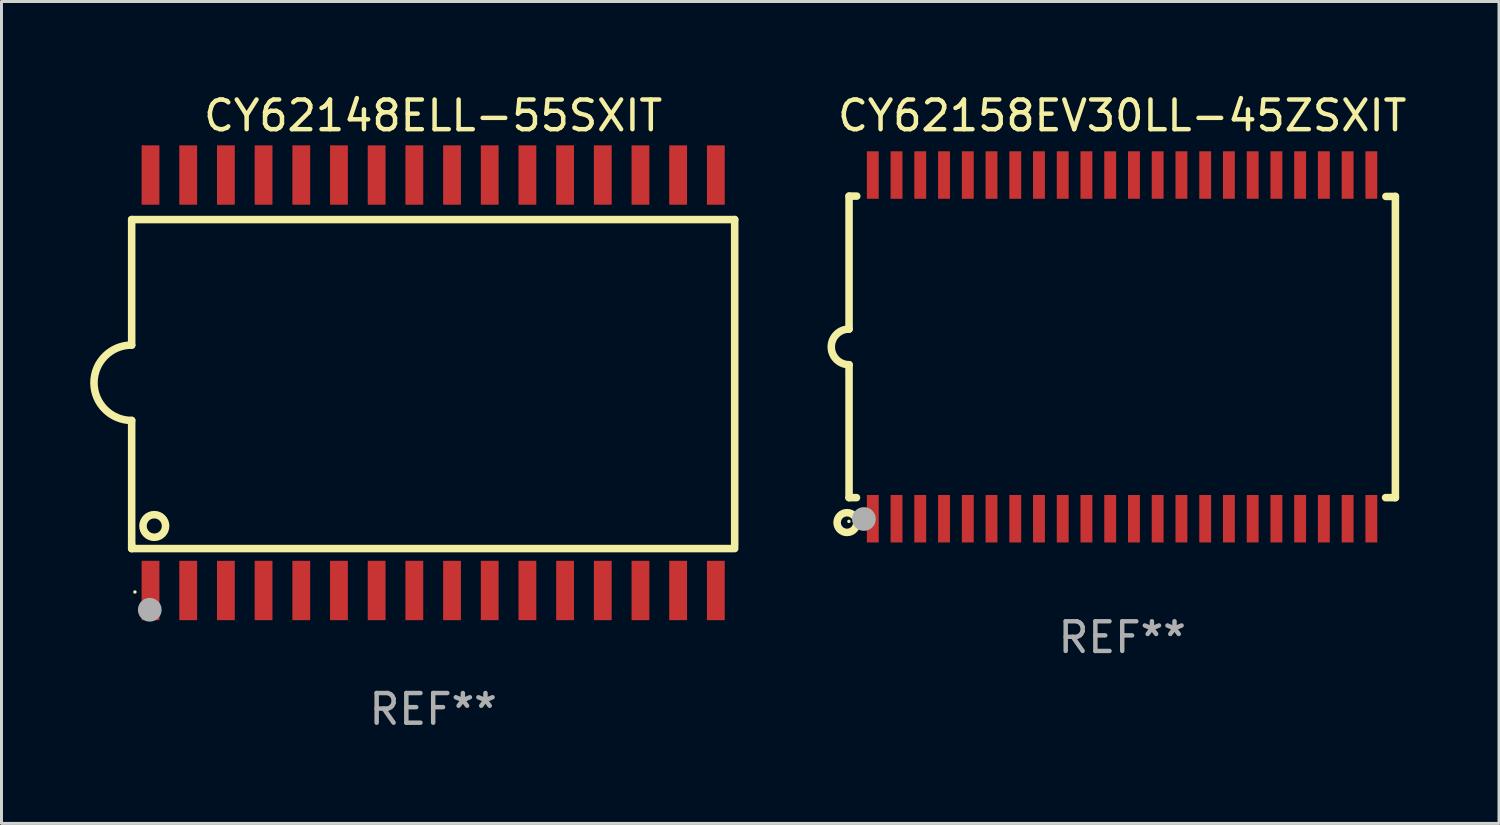
<source format=kicad_pcb>
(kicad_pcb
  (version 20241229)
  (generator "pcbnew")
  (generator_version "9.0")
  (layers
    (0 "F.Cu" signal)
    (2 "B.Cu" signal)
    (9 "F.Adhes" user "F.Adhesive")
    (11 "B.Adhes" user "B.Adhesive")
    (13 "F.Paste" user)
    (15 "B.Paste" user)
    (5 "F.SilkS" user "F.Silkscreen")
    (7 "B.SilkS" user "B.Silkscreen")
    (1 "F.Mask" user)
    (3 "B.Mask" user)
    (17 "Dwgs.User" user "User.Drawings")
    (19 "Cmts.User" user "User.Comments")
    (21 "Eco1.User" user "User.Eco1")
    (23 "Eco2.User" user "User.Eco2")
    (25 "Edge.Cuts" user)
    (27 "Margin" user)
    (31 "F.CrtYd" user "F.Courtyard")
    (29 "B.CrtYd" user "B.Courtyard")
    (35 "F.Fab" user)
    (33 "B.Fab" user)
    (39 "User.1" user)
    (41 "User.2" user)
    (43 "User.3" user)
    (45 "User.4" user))
  (footprint "CY62148ELL-55SXIT"
    (layer "F.Cu")
    (at 11.547 9.848)
    (property "Reference" "CY62148ELL-55SXIT" (at 0 -9 0) (layer "F.SilkS") (effects (font (size 1 1) (thickness 0.15))))
    (attr through_hole)
    (fp_line (start -10.16 -5.5) (end -10.16 -1.27) (stroke (width 0.254) (type solid)) (layer "F.SilkS"))
    (fp_line (start -10.16 1.27) (end -10.16 5.461) (stroke (width 0.254) (type solid)) (layer "F.SilkS"))
    (fp_line (start -10.16 5.461) (end -10.16 5.588) (stroke (width 0.254) (type solid)) (layer "F.SilkS"))
    (fp_line (start -10.16 5.588) (end 10.16 5.588) (stroke (width 0.254) (type solid)) (layer "F.SilkS"))
    (fp_line (start 10.16 -5.5) (end -10.16 -5.5) (stroke (width 0.254) (type solid)) (layer "F.SilkS"))
    (fp_line (start 10.16 -5.5) (end 10.16 5.5) (stroke (width 0.254) (type solid)) (layer "F.SilkS"))
    (fp_arc (start -10.16002 1.270003) (mid -11.42003 0) (end -10.16002 -1.270003) (stroke (width 0.254001) (type solid)) (layer "F.SilkS"))
    (fp_circle (center -10.05 7.05) (end -10.02 7.05) (stroke (width 0.06) (type solid)) (fill no) (layer "F.SilkS"))
    (fp_circle (center -9.398 4.826) (end -9.017 4.826) (stroke (width 0.254) (type solid)) (fill no) (layer "F.SilkS"))
    (fp_circle (center -9.55 7.65) (end -9.35 7.65) (stroke (width 0.4) (type solid)) (fill no) (layer "F.Fab"))
    (fp_text user "REF**" (at 0 11 0) (layer "F.Fab") (effects (font (size 1 1) (thickness 0.15))))
    (pad "1" smd rect (at -9.525 7) (size 0.6 2) (layers "F.Cu" "F.Mask" "F.Paste"))
    (pad "2" smd rect (at -8.255 7) (size 0.6 2) (layers "F.Cu" "F.Mask" "F.Paste"))
    (pad "3" smd rect (at -6.985 7) (size 0.6 2) (layers "F.Cu" "F.Mask" "F.Paste"))
    (pad "4" smd rect (at -5.715 7) (size 0.6 2) (layers "F.Cu" "F.Mask" "F.Paste"))
    (pad "5" smd rect (at -4.445 7) (size 0.6 2) (layers "F.Cu" "F.Mask" "F.Paste"))
    (pad "6" smd rect (at -3.175 7) (size 0.6 2) (layers "F.Cu" "F.Mask" "F.Paste"))
    (pad "7" smd rect (at -1.905 7) (size 0.6 2) (layers "F.Cu" "F.Mask" "F.Paste"))
    (pad "8" smd rect (at -0.635 7) (size 0.6 2) (layers "F.Cu" "F.Mask" "F.Paste"))
    (pad "9" smd rect (at 0.635 7) (size 0.6 2) (layers "F.Cu" "F.Mask" "F.Paste"))
    (pad "10" smd rect (at 1.905 7) (size 0.6 2) (layers "F.Cu" "F.Mask" "F.Paste"))
    (pad "11" smd rect (at 3.175 7) (size 0.6 2) (layers "F.Cu" "F.Mask" "F.Paste"))
    (pad "12" smd rect (at 4.445 7) (size 0.6 2) (layers "F.Cu" "F.Mask" "F.Paste"))
    (pad "13" smd rect (at 5.715 7) (size 0.6 2) (layers "F.Cu" "F.Mask" "F.Paste"))
    (pad "14" smd rect (at 6.985 7) (size 0.6 2) (layers "F.Cu" "F.Mask" "F.Paste"))
    (pad "15" smd rect (at 8.255 7) (size 0.6 2) (layers "F.Cu" "F.Mask" "F.Paste"))
    (pad "16" smd rect (at 9.525 7) (size 0.6 2) (layers "F.Cu" "F.Mask" "F.Paste"))
    (pad "17" smd rect (at 9.525 -7) (size 0.6 2) (layers "F.Cu" "F.Mask" "F.Paste"))
    (pad "18" smd rect (at 8.255 -7) (size 0.6 2) (layers "F.Cu" "F.Mask" "F.Paste"))
    (pad "19" smd rect (at 6.985 -7) (size 0.6 2) (layers "F.Cu" "F.Mask" "F.Paste"))
    (pad "20" smd rect (at 5.715 -7) (size 0.6 2) (layers "F.Cu" "F.Mask" "F.Paste"))
    (pad "21" smd rect (at 4.445 -7) (size 0.6 2) (layers "F.Cu" "F.Mask" "F.Paste"))
    (pad "22" smd rect (at 3.175 -7) (size 0.6 2) (layers "F.Cu" "F.Mask" "F.Paste"))
    (pad "23" smd rect (at 1.905 -7) (size 0.6 2) (layers "F.Cu" "F.Mask" "F.Paste"))
    (pad "24" smd rect (at 0.635 -7) (size 0.6 2) (layers "F.Cu" "F.Mask" "F.Paste"))
    (pad "25" smd rect (at -0.635 -7) (size 0.6 2) (layers "F.Cu" "F.Mask" "F.Paste"))
    (pad "26" smd rect (at -1.905 -7) (size 0.6 2) (layers "F.Cu" "F.Mask" "F.Paste"))
    (pad "27" smd rect (at -3.175 -7) (size 0.6 2) (layers "F.Cu" "F.Mask" "F.Paste"))
    (pad "28" smd rect (at -4.445 -7) (size 0.6 2) (layers "F.Cu" "F.Mask" "F.Paste"))
    (pad "29" smd rect (at -5.715 -7) (size 0.6 2) (layers "F.Cu" "F.Mask" "F.Paste"))
    (pad "30" smd rect (at -6.985 -7) (size 0.6 2) (layers "F.Cu" "F.Mask" "F.Paste"))
    (pad "31" smd rect (at -8.255 -7) (size 0.6 2) (layers "F.Cu" "F.Mask" "F.Paste"))
    (pad "32" smd rect (at -9.525 -7) (size 0.6 2) (layers "F.Cu" "F.Mask" "F.Paste")))
  (footprint "CY62158EV30LL-45ZSXIT"
    (layer "F.Cu")
    (at 34.766 8.639)
    (property "Reference" "CY62158EV30LL-45ZSXIT" (at 0 -7.791 0) (layer "F.SilkS") (effects (font (size 1 1) (thickness 0.15))))
    (attr through_hole)
    (fp_line (start -9.205 -5.08) (end -9.205 -0.6) (stroke (width 0.254) (type solid)) (layer "F.SilkS"))
    (fp_line (start -9.205 5.08) (end -9.205 0.6) (stroke (width 0.254) (type solid)) (layer "F.SilkS"))
    (fp_line (start -8.955 5.08) (end -9.205 5.08) (stroke (width 0.254) (type solid)) (layer "F.SilkS"))
    (fp_line (start -8.945 -5.08) (end -9.205 -5.08) (stroke (width 0.254) (type solid)) (layer "F.SilkS"))
    (fp_line (start 8.885 -5.07) (end 9.205 -5.07) (stroke (width 0.254) (type solid)) (layer "F.SilkS"))
    (fp_line (start 9.205 -5.07) (end 9.205 5.08) (stroke (width 0.254) (type solid)) (layer "F.SilkS"))
    (fp_line (start 9.205 5.08) (end 8.875 5.08) (stroke (width 0.254) (type solid)) (layer "F.SilkS"))
    (fp_arc (start -9.204978 0.6) (mid -9.804623 0.000241) (end -9.204902 -0.599442) (stroke (width 0.254001) (type solid)) (layer "F.SilkS"))
    (fp_circle (center -9.275 5.92) (end -8.942 5.92) (stroke (width 0.254) (type solid)) (fill no) (layer "F.SilkS"))
    (fp_circle (center -9.21 5.88) (end -9.18 5.88) (stroke (width 0.06) (type solid)) (fill no) (layer "F.SilkS"))
    (fp_circle (center -8.705 5.8) (end -8.505 5.8) (stroke (width 0.4) (type solid)) (fill no) (layer "F.Fab"))
    (fp_text user "REF**" (at 0 9.791 0) (layer "F.Fab") (effects (font (size 1 1) (thickness 0.15))))
    (pad "1" smd rect (at -8.405 5.791) (size 0.4 1.6) (layers "F.Cu" "F.Mask" "F.Paste"))
    (pad "2" smd rect (at -7.605 5.791) (size 0.4 1.6) (layers "F.Cu" "F.Mask" "F.Paste"))
    (pad "3" smd rect (at -6.806 5.791) (size 0.4 1.6) (layers "F.Cu" "F.Mask" "F.Paste"))
    (pad "4" smd rect (at -6.005 5.791) (size 0.4 1.6) (layers "F.Cu" "F.Mask" "F.Paste"))
    (pad "5" smd rect (at -5.204 5.791) (size 0.4 1.6) (layers "F.Cu" "F.Mask" "F.Paste"))
    (pad "6" smd rect (at -4.405 5.791) (size 0.4 1.6) (layers "F.Cu" "F.Mask" "F.Paste"))
    (pad "7" smd rect (at -3.604 5.791) (size 0.4 1.6) (layers "F.Cu" "F.Mask" "F.Paste"))
    (pad "8" smd rect (at -2.805 5.791) (size 0.4 1.6) (layers "F.Cu" "F.Mask" "F.Paste"))
    (pad "9" smd rect (at -2.005 5.791) (size 0.4 1.6) (layers "F.Cu" "F.Mask" "F.Paste"))
    (pad "10" smd rect (at -1.206 5.791) (size 0.4 1.6) (layers "F.Cu" "F.Mask" "F.Paste"))
    (pad "11" smd rect (at -0.405 5.791) (size 0.4 1.6) (layers "F.Cu" "F.Mask" "F.Paste"))
    (pad "12" smd rect (at 0.395 5.791) (size 0.4 1.6) (layers "F.Cu" "F.Mask" "F.Paste"))
    (pad "13" smd rect (at 1.194 5.791) (size 0.4 1.6) (layers "F.Cu" "F.Mask" "F.Paste"))
    (pad "14" smd rect (at 1.995 5.791) (size 0.4 1.6) (layers "F.Cu" "F.Mask" "F.Paste"))
    (pad "15" smd rect (at 2.796 5.791) (size 0.4 1.6) (layers "F.Cu" "F.Mask" "F.Paste"))
    (pad "16" smd rect (at 3.595 5.791) (size 0.4 1.6) (layers "F.Cu" "F.Mask" "F.Paste"))
    (pad "17" smd rect (at 4.396 5.791) (size 0.4 1.6) (layers "F.Cu" "F.Mask" "F.Paste"))
    (pad "18" smd rect (at 5.196 5.791) (size 0.4 1.6) (layers "F.Cu" "F.Mask" "F.Paste"))
    (pad "19" smd rect (at 5.995 5.791) (size 0.4 1.6) (layers "F.Cu" "F.Mask" "F.Paste"))
    (pad "20" smd rect (at 6.794 5.791) (size 0.4 1.6) (layers "F.Cu" "F.Mask" "F.Paste"))
    (pad "21" smd rect (at 7.595 5.791) (size 0.4 1.6) (layers "F.Cu" "F.Mask" "F.Paste"))
    (pad "22" smd rect (at 8.395 5.791) (size 0.4 1.6) (layers "F.Cu" "F.Mask" "F.Paste"))
    (pad "23" smd rect (at 8.395 -5.791) (size 0.4 1.6) (layers "F.Cu" "F.Mask" "F.Paste"))
    (pad "24" smd rect (at 7.595 -5.791) (size 0.4 1.6) (layers "F.Cu" "F.Mask" "F.Paste"))
    (pad "25" smd rect (at 6.794 -5.791) (size 0.4 1.6) (layers "F.Cu" "F.Mask" "F.Paste"))
    (pad "26" smd rect (at 5.995 -5.791) (size 0.4 1.6) (layers "F.Cu" "F.Mask" "F.Paste"))
    (pad "27" smd rect (at 5.196 -5.791) (size 0.4 1.6) (layers "F.Cu" "F.Mask" "F.Paste"))
    (pad "28" smd rect (at 4.396 -5.791) (size 0.4 1.6) (layers "F.Cu" "F.Mask" "F.Paste"))
    (pad "29" smd rect (at 3.595 -5.791) (size 0.4 1.6) (layers "F.Cu" "F.Mask" "F.Paste"))
    (pad "30" smd rect (at 2.796 -5.791) (size 0.4 1.6) (layers "F.Cu" "F.Mask" "F.Paste"))
    (pad "31" smd rect (at 1.995 -5.791) (size 0.4 1.6) (layers "F.Cu" "F.Mask" "F.Paste"))
    (pad "32" smd rect (at 1.194 -5.791) (size 0.4 1.6) (layers "F.Cu" "F.Mask" "F.Paste"))
    (pad "33" smd rect (at 0.395 -5.791) (size 0.4 1.6) (layers "F.Cu" "F.Mask" "F.Paste"))
    (pad "34" smd rect (at -0.405 -5.791) (size 0.4 1.6) (layers "F.Cu" "F.Mask" "F.Paste"))
    (pad "35" smd rect (at -1.206 -5.791) (size 0.4 1.6) (layers "F.Cu" "F.Mask" "F.Paste"))
    (pad "36" smd rect (at -2.005 -5.791) (size 0.4 1.6) (layers "F.Cu" "F.Mask" "F.Paste"))
    (pad "37" smd rect (at -2.805 -5.791) (size 0.4 1.6) (layers "F.Cu" "F.Mask" "F.Paste"))
    (pad "38" smd rect (at -3.604 -5.791) (size 0.4 1.6) (layers "F.Cu" "F.Mask" "F.Paste"))
    (pad "39" smd rect (at -4.405 -5.791) (size 0.4 1.6) (layers "F.Cu" "F.Mask" "F.Paste"))
    (pad "40" smd rect (at -5.204 -5.791) (size 0.4 1.6) (layers "F.Cu" "F.Mask" "F.Paste"))
    (pad "41" smd rect (at -6.005 -5.791) (size 0.4 1.6) (layers "F.Cu" "F.Mask" "F.Paste"))
    (pad "42" smd rect (at -6.806 -5.791) (size 0.4 1.6) (layers "F.Cu" "F.Mask" "F.Paste"))
    (pad "43" smd rect (at -7.605 -5.791) (size 0.4 1.6) (layers "F.Cu" "F.Mask" "F.Paste"))
    (pad "44" smd rect (at -8.405 -5.791) (size 0.4 1.6) (layers "F.Cu" "F.Mask" "F.Paste")))
  (gr_rect
    (start -3 -3)
    (end 47.462 24.697)
    (stroke (width 0.1) (type default))
    (fill no)
    (layer "Edge.Cuts")))
</source>
